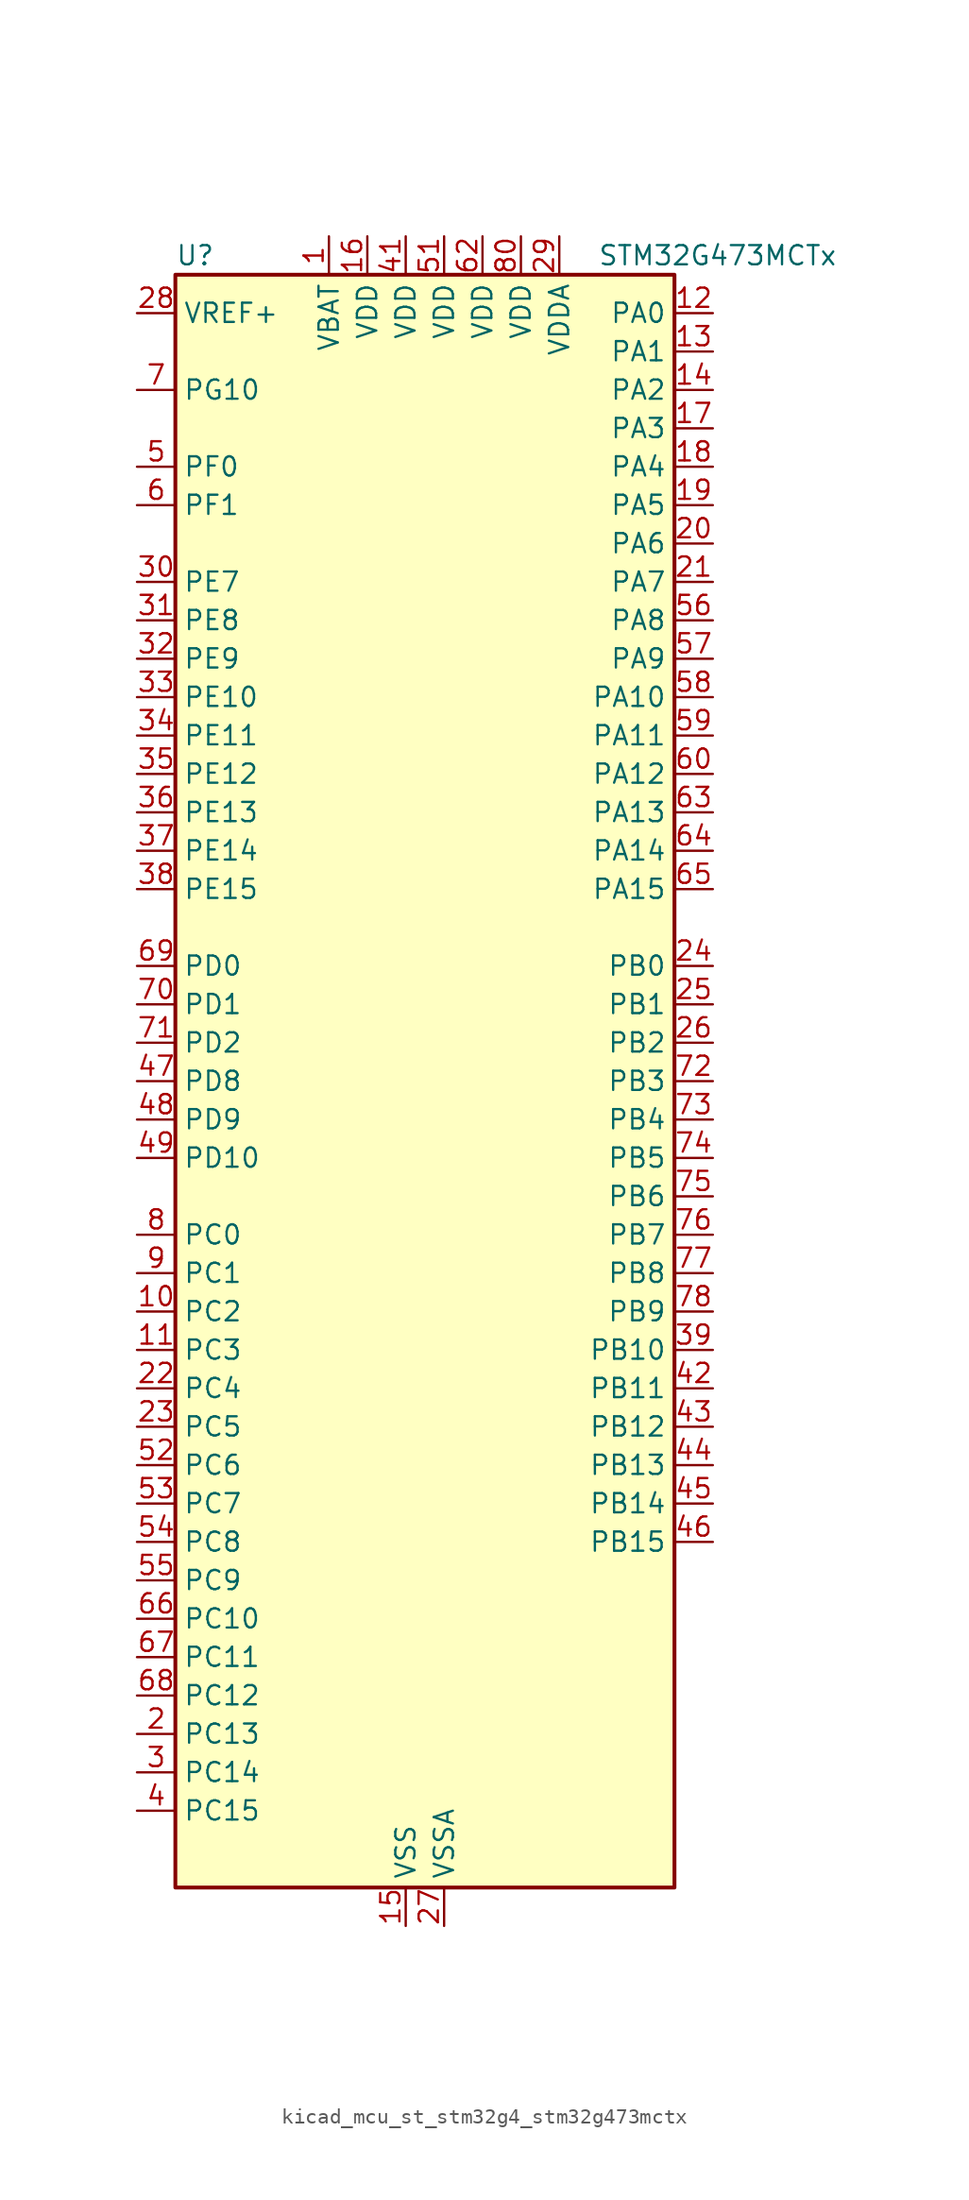
<source format=kicad_sym>
(kicad_symbol_lib
  (version 20220914)
  (generator kicad_symbol_editor)
  (symbol "kicad_mcu_st_stm32g4_stm32g473mctx"
    (property "Reference" "U"
      (at -15.24 54.61 0)
      (effects (font (size 1.27 1.27)) (justify left)))
    (property "Value" "STM32G473MCTx"
      (at 12.7 54.61 0)
      (effects (font (size 1.27 1.27)) (justify left)))
    (property "ki_locked" ""
      (at 0 0 0)
      (effects (font (size 1.27 1.27))))
    (symbol "kicad_mcu_st_stm32g4_stm32g473mctx_0_1"
      (rectangle (start -15.24 -53.34) (end 17.78 53.34) (stroke (width 0.254) (type default)) (fill (type background))))
    (symbol "kicad_mcu_st_stm32g4_stm32g473mctx_1_1"
      (pin power_in line (at -5.08 55.88 270) (length 2.54) (name "VBAT" (effects (font (size 1.27 1.27)))) (number "1" (effects (font (size 1.27 1.27)))))
      (pin bidirectional line (at -17.78 -15.24 0) (length 2.54) (name "PC2" (effects (font (size 1.27 1.27)))) (number "10" (effects (font (size 1.27 1.27)))) (alternate "ADC1_IN8" bidirectional line) (alternate "ADC2_IN8" bidirectional line) (alternate "ADC3_EXTI2" bidirectional line) (alternate "ADC4_EXTI2" bidirectional line) (alternate "ADC5_EXTI2" bidirectional line) (alternate "COMP3_OUT" bidirectional line) (alternate "LPTIM1_IN2" bidirectional line) (alternate "QUADSPI1_BK2_IO1" bidirectional line) (alternate "TIM1_CH3" bidirectional line) (alternate "TIM20_CH2" bidirectional line))
      (pin bidirectional line (at -17.78 -17.78 0) (length 2.54) (name "PC3" (effects (font (size 1.27 1.27)))) (number "11" (effects (font (size 1.27 1.27)))) (alternate "ADC1_IN9" bidirectional line) (alternate "ADC2_IN9" bidirectional line) (alternate "ADC3_EXTI3" bidirectional line) (alternate "ADC4_EXTI3" bidirectional line) (alternate "ADC5_EXTI3" bidirectional line) (alternate "LPTIM1_ETR" bidirectional line) (alternate "OPAMP5_VINP" bidirectional line) (alternate "OPAMP5_VINP_SEC" bidirectional line) (alternate "QUADSPI1_BK2_IO2" bidirectional line) (alternate "SAI1_D1" bidirectional line) (alternate "SAI1_SD_A" bidirectional line) (alternate "TIM1_BKIN2" bidirectional line) (alternate "TIM1_CH4" bidirectional line))
      (pin bidirectional line (at 20.32 50.8 180) (length 2.54) (name "PA0" (effects (font (size 1.27 1.27)))) (number "12" (effects (font (size 1.27 1.27)))) (alternate "ADC1_IN1" bidirectional line) (alternate "ADC2_IN1" bidirectional line) (alternate "COMP1_INM" bidirectional line) (alternate "COMP1_OUT" bidirectional line) (alternate "COMP3_INP" bidirectional line) (alternate "RTC_TAMP2" bidirectional line) (alternate "SYS_WKUP1" bidirectional line) (alternate "TIM2_CH1" bidirectional line) (alternate "TIM2_ETR" bidirectional line) (alternate "TIM5_CH1" bidirectional line) (alternate "TIM8_BKIN" bidirectional line) (alternate "TIM8_ETR" bidirectional line) (alternate "USART2_CTS" bidirectional line) (alternate "USART2_NSS" bidirectional line))
      (pin bidirectional line (at 20.32 48.26 180) (length 2.54) (name "PA1" (effects (font (size 1.27 1.27)))) (number "13" (effects (font (size 1.27 1.27)))) (alternate "ADC1_IN2" bidirectional line) (alternate "ADC2_IN2" bidirectional line) (alternate "COMP1_INP" bidirectional line) (alternate "OPAMP1_VINP" bidirectional line) (alternate "OPAMP1_VINP_SEC" bidirectional line) (alternate "OPAMP3_VINP" bidirectional line) (alternate "OPAMP3_VINP_SEC" bidirectional line) (alternate "OPAMP6_VINM" bidirectional line) (alternate "OPAMP6_VINM0" bidirectional line) (alternate "OPAMP6_VINM_SEC" bidirectional line) (alternate "RTC_REFIN" bidirectional line) (alternate "TIM15_CH1N" bidirectional line) (alternate "TIM2_CH2" bidirectional line) (alternate "TIM5_CH2" bidirectional line) (alternate "USART2_DE" bidirectional line) (alternate "USART2_RTS" bidirectional line))
      (pin bidirectional line (at 20.32 45.72 180) (length 2.54) (name "PA2" (effects (font (size 1.27 1.27)))) (number "14" (effects (font (size 1.27 1.27)))) (alternate "ADC1_IN3" bidirectional line) (alternate "ADC3_EXTI2" bidirectional line) (alternate "ADC4_EXTI2" bidirectional line) (alternate "ADC5_EXTI2" bidirectional line) (alternate "COMP2_INM" bidirectional line) (alternate "COMP2_OUT" bidirectional line) (alternate "LPUART1_TX" bidirectional line) (alternate "OPAMP1_VOUT" bidirectional line) (alternate "QUADSPI1_BK1_NCS" bidirectional line) (alternate "RCC_LSCO" bidirectional line) (alternate "SYS_WKUP4" bidirectional line) (alternate "TIM15_CH1" bidirectional line) (alternate "TIM2_CH3" bidirectional line) (alternate "TIM5_CH3" bidirectional line) (alternate "UCPD1_FRSTX1" bidirectional line) (alternate "UCPD1_FRSTX2" bidirectional line) (alternate "USART2_TX" bidirectional line))
      (pin power_in line (at 0 -55.88 90) (length 2.54) (name "VSS" (effects (font (size 1.27 1.27)))) (number "15" (effects (font (size 1.27 1.27)))))
      (pin power_in line (at -2.54 55.88 270) (length 2.54) (name "VDD" (effects (font (size 1.27 1.27)))) (number "16" (effects (font (size 1.27 1.27)))))
      (pin bidirectional line (at 20.32 43.18 180) (length 2.54) (name "PA3" (effects (font (size 1.27 1.27)))) (number "17" (effects (font (size 1.27 1.27)))) (alternate "ADC1_IN4" bidirectional line) (alternate "ADC3_EXTI3" bidirectional line) (alternate "ADC4_EXTI3" bidirectional line) (alternate "ADC5_EXTI3" bidirectional line) (alternate "COMP2_INP" bidirectional line) (alternate "LPUART1_RX" bidirectional line) (alternate "OPAMP1_VINM" bidirectional line) (alternate "OPAMP1_VINM0" bidirectional line) (alternate "OPAMP1_VINM_SEC" bidirectional line) (alternate "OPAMP1_VINP" bidirectional line) (alternate "OPAMP1_VINP_SEC" bidirectional line) (alternate "OPAMP5_VINM" bidirectional line) (alternate "OPAMP5_VINM1" bidirectional line) (alternate "OPAMP5_VINM_SEC" bidirectional line) (alternate "QUADSPI1_CLK" bidirectional line) (alternate "SAI1_CK1" bidirectional line) (alternate "SAI1_MCLK_A" bidirectional line) (alternate "TIM15_CH2" bidirectional line) (alternate "TIM2_CH4" bidirectional line) (alternate "TIM5_CH4" bidirectional line) (alternate "USART2_RX" bidirectional line))
      (pin bidirectional line (at 20.32 40.64 180) (length 2.54) (name "PA4" (effects (font (size 1.27 1.27)))) (number "18" (effects (font (size 1.27 1.27)))) (alternate "ADC2_IN17" bidirectional line) (alternate "COMP1_INM" bidirectional line) (alternate "DAC1_OUT1" bidirectional line) (alternate "I2S3_WS" bidirectional line) (alternate "SAI1_FS_B" bidirectional line) (alternate "SPI1_NSS" bidirectional line) (alternate "SPI3_NSS" bidirectional line) (alternate "TIM3_CH2" bidirectional line) (alternate "USART2_CK" bidirectional line))
      (pin bidirectional line (at 20.32 38.1 180) (length 2.54) (name "PA5" (effects (font (size 1.27 1.27)))) (number "19" (effects (font (size 1.27 1.27)))) (alternate "ADC2_IN13" bidirectional line) (alternate "COMP2_INM" bidirectional line) (alternate "DAC1_OUT2" bidirectional line) (alternate "OPAMP2_VINM" bidirectional line) (alternate "OPAMP2_VINM0" bidirectional line) (alternate "OPAMP2_VINM_SEC" bidirectional line) (alternate "SPI1_SCK" bidirectional line) (alternate "TIM2_CH1" bidirectional line) (alternate "TIM2_ETR" bidirectional line) (alternate "UCPD1_FRSTX1" bidirectional line) (alternate "UCPD1_FRSTX2" bidirectional line))
      (pin bidirectional line (at -17.78 -43.18 0) (length 2.54) (name "PC13" (effects (font (size 1.27 1.27)))) (number "2" (effects (font (size 1.27 1.27)))) (alternate "RTC_OUT1" bidirectional line) (alternate "RTC_TAMP1" bidirectional line) (alternate "RTC_TS" bidirectional line) (alternate "SYS_WKUP2" bidirectional line) (alternate "TIM1_BKIN" bidirectional line) (alternate "TIM1_CH1N" bidirectional line) (alternate "TIM8_CH4N" bidirectional line))
      (pin bidirectional line (at 20.32 35.56 180) (length 2.54) (name "PA6" (effects (font (size 1.27 1.27)))) (number "20" (effects (font (size 1.27 1.27)))) (alternate "ADC2_IN3" bidirectional line) (alternate "COMP1_OUT" bidirectional line) (alternate "DAC2_OUT1" bidirectional line) (alternate "LPUART1_CTS" bidirectional line) (alternate "OPAMP2_VOUT" bidirectional line) (alternate "QUADSPI1_BK1_IO3" bidirectional line) (alternate "SPI1_MISO" bidirectional line) (alternate "TIM16_CH1" bidirectional line) (alternate "TIM1_BKIN" bidirectional line) (alternate "TIM3_CH1" bidirectional line) (alternate "TIM8_BKIN" bidirectional line))
      (pin bidirectional line (at 20.32 33.02 180) (length 2.54) (name "PA7" (effects (font (size 1.27 1.27)))) (number "21" (effects (font (size 1.27 1.27)))) (alternate "ADC2_IN4" bidirectional line) (alternate "COMP2_INP" bidirectional line) (alternate "COMP2_OUT" bidirectional line) (alternate "OPAMP1_VINP" bidirectional line) (alternate "OPAMP1_VINP_SEC" bidirectional line) (alternate "OPAMP2_VINP" bidirectional line) (alternate "OPAMP2_VINP_SEC" bidirectional line) (alternate "QUADSPI1_BK1_IO2" bidirectional line) (alternate "SPI1_MOSI" bidirectional line) (alternate "TIM17_CH1" bidirectional line) (alternate "TIM1_CH1N" bidirectional line) (alternate "TIM3_CH2" bidirectional line) (alternate "TIM8_CH1N" bidirectional line) (alternate "UCPD1_FRSTX1" bidirectional line) (alternate "UCPD1_FRSTX2" bidirectional line))
      (pin bidirectional line (at -17.78 -20.32 0) (length 2.54) (name "PC4" (effects (font (size 1.27 1.27)))) (number "22" (effects (font (size 1.27 1.27)))) (alternate "ADC2_IN5" bidirectional line) (alternate "I2C2_SCL" bidirectional line) (alternate "QUADSPI1_BK2_IO3" bidirectional line) (alternate "TIM1_ETR" bidirectional line) (alternate "USART1_TX" bidirectional line))
      (pin bidirectional line (at -17.78 -22.86 0) (length 2.54) (name "PC5" (effects (font (size 1.27 1.27)))) (number "23" (effects (font (size 1.27 1.27)))) (alternate "ADC2_IN11" bidirectional line) (alternate "OPAMP1_VINM" bidirectional line) (alternate "OPAMP1_VINM1" bidirectional line) (alternate "OPAMP1_VINM_SEC" bidirectional line) (alternate "OPAMP2_VINM" bidirectional line) (alternate "OPAMP2_VINM1" bidirectional line) (alternate "OPAMP2_VINM_SEC" bidirectional line) (alternate "SAI1_D3" bidirectional line) (alternate "SYS_WKUP5" bidirectional line) (alternate "TIM15_BKIN" bidirectional line) (alternate "TIM1_CH4N" bidirectional line) (alternate "USART1_RX" bidirectional line))
      (pin bidirectional line (at 20.32 7.62 180) (length 2.54) (name "PB0" (effects (font (size 1.27 1.27)))) (number "24" (effects (font (size 1.27 1.27)))) (alternate "ADC1_IN15" bidirectional line) (alternate "ADC3_IN12" bidirectional line) (alternate "COMP4_INP" bidirectional line) (alternate "OPAMP2_VINP" bidirectional line) (alternate "OPAMP2_VINP_SEC" bidirectional line) (alternate "OPAMP3_VINP" bidirectional line) (alternate "OPAMP3_VINP_SEC" bidirectional line) (alternate "QUADSPI1_BK1_IO1" bidirectional line) (alternate "TIM1_CH2N" bidirectional line) (alternate "TIM3_CH3" bidirectional line) (alternate "TIM8_CH2N" bidirectional line) (alternate "UCPD1_FRSTX1" bidirectional line) (alternate "UCPD1_FRSTX2" bidirectional line))
      (pin bidirectional line (at 20.32 5.08 180) (length 2.54) (name "PB1" (effects (font (size 1.27 1.27)))) (number "25" (effects (font (size 1.27 1.27)))) (alternate "ADC1_IN12" bidirectional line) (alternate "ADC3_IN1" bidirectional line) (alternate "COMP1_INP" bidirectional line) (alternate "COMP4_OUT" bidirectional line) (alternate "LPUART1_DE" bidirectional line) (alternate "LPUART1_RTS" bidirectional line) (alternate "OPAMP3_VOUT" bidirectional line) (alternate "OPAMP6_VINM" bidirectional line) (alternate "OPAMP6_VINM1" bidirectional line) (alternate "OPAMP6_VINM_SEC" bidirectional line) (alternate "QUADSPI1_BK1_IO0" bidirectional line) (alternate "TIM1_CH3N" bidirectional line) (alternate "TIM3_CH4" bidirectional line) (alternate "TIM8_CH3N" bidirectional line))
      (pin bidirectional line (at 20.32 2.54 180) (length 2.54) (name "PB2" (effects (font (size 1.27 1.27)))) (number "26" (effects (font (size 1.27 1.27)))) (alternate "ADC2_IN12" bidirectional line) (alternate "ADC3_EXTI2" bidirectional line) (alternate "ADC4_EXTI2" bidirectional line) (alternate "ADC5_EXTI2" bidirectional line) (alternate "COMP4_INM" bidirectional line) (alternate "I2C3_SMBA" bidirectional line) (alternate "LPTIM1_OUT" bidirectional line) (alternate "OPAMP3_VINM" bidirectional line) (alternate "OPAMP3_VINM0" bidirectional line) (alternate "OPAMP3_VINM_SEC" bidirectional line) (alternate "QUADSPI1_BK2_IO1" bidirectional line) (alternate "RTC_OUT2" bidirectional line) (alternate "TIM20_CH1" bidirectional line) (alternate "TIM5_CH1" bidirectional line))
      (pin power_in line (at 2.54 -55.88 90) (length 2.54) (name "VSSA" (effects (font (size 1.27 1.27)))) (number "27" (effects (font (size 1.27 1.27)))))
      (pin input line (at -17.78 50.8 0) (length 2.54) (name "VREF+" (effects (font (size 1.27 1.27)))) (number "28" (effects (font (size 1.27 1.27)))) (alternate "VREFBUF_OUT" bidirectional line))
      (pin power_in line (at 10.16 55.88 270) (length 2.54) (name "VDDA" (effects (font (size 1.27 1.27)))) (number "29" (effects (font (size 1.27 1.27)))))
      (pin bidirectional line (at -17.78 -45.72 0) (length 2.54) (name "PC14" (effects (font (size 1.27 1.27)))) (number "3" (effects (font (size 1.27 1.27)))) (alternate "RCC_OSC32_IN" bidirectional line))
      (pin bidirectional line (at -17.78 33.02 0) (length 2.54) (name "PE7" (effects (font (size 1.27 1.27)))) (number "30" (effects (font (size 1.27 1.27)))) (alternate "ADC3_IN4" bidirectional line) (alternate "COMP4_INP" bidirectional line) (alternate "SAI1_SD_B" bidirectional line) (alternate "TIM1_ETR" bidirectional line))
      (pin bidirectional line (at -17.78 30.48 0) (length 2.54) (name "PE8" (effects (font (size 1.27 1.27)))) (number "31" (effects (font (size 1.27 1.27)))) (alternate "ADC3_IN6" bidirectional line) (alternate "ADC4_IN6" bidirectional line) (alternate "ADC5_IN6" bidirectional line) (alternate "COMP4_INM" bidirectional line) (alternate "SAI1_SCK_B" bidirectional line) (alternate "TIM1_CH1N" bidirectional line) (alternate "TIM5_CH3" bidirectional line))
      (pin bidirectional line (at -17.78 27.94 0) (length 2.54) (name "PE9" (effects (font (size 1.27 1.27)))) (number "32" (effects (font (size 1.27 1.27)))) (alternate "ADC3_IN2" bidirectional line) (alternate "DAC1_EXTI9" bidirectional line) (alternate "DAC2_EXTI9" bidirectional line) (alternate "DAC3_EXTI9" bidirectional line) (alternate "DAC4_EXTI9" bidirectional line) (alternate "SAI1_FS_B" bidirectional line) (alternate "TIM1_CH1" bidirectional line) (alternate "TIM5_CH4" bidirectional line))
      (pin bidirectional line (at -17.78 25.4 0) (length 2.54) (name "PE10" (effects (font (size 1.27 1.27)))) (number "33" (effects (font (size 1.27 1.27)))) (alternate "ADC3_IN14" bidirectional line) (alternate "ADC4_IN14" bidirectional line) (alternate "ADC5_IN14" bidirectional line) (alternate "DAC1_EXTI10" bidirectional line) (alternate "DAC2_EXTI10" bidirectional line) (alternate "DAC3_EXTI10" bidirectional line) (alternate "DAC4_EXTI10" bidirectional line) (alternate "QUADSPI1_CLK" bidirectional line) (alternate "SAI1_MCLK_B" bidirectional line) (alternate "TIM1_CH2N" bidirectional line))
      (pin bidirectional line (at -17.78 22.86 0) (length 2.54) (name "PE11" (effects (font (size 1.27 1.27)))) (number "34" (effects (font (size 1.27 1.27)))) (alternate "ADC1_EXTI11" bidirectional line) (alternate "ADC2_EXTI11" bidirectional line) (alternate "ADC3_IN15" bidirectional line) (alternate "ADC4_IN15" bidirectional line) (alternate "ADC5_IN15" bidirectional line) (alternate "QUADSPI1_BK1_NCS" bidirectional line) (alternate "SPI4_NSS" bidirectional line) (alternate "TIM1_CH2" bidirectional line))
      (pin bidirectional line (at -17.78 20.32 0) (length 2.54) (name "PE12" (effects (font (size 1.27 1.27)))) (number "35" (effects (font (size 1.27 1.27)))) (alternate "ADC3_IN16" bidirectional line) (alternate "ADC4_IN16" bidirectional line) (alternate "ADC5_IN16" bidirectional line) (alternate "QUADSPI1_BK1_IO0" bidirectional line) (alternate "SPI4_SCK" bidirectional line) (alternate "TIM1_CH3N" bidirectional line))
      (pin bidirectional line (at -17.78 17.78 0) (length 2.54) (name "PE13" (effects (font (size 1.27 1.27)))) (number "36" (effects (font (size 1.27 1.27)))) (alternate "ADC3_IN3" bidirectional line) (alternate "QUADSPI1_BK1_IO1" bidirectional line) (alternate "SPI4_MISO" bidirectional line) (alternate "TIM1_CH3" bidirectional line))
      (pin bidirectional line (at -17.78 15.24 0) (length 2.54) (name "PE14" (effects (font (size 1.27 1.27)))) (number "37" (effects (font (size 1.27 1.27)))) (alternate "ADC4_IN1" bidirectional line) (alternate "QUADSPI1_BK1_IO2" bidirectional line) (alternate "SPI4_MOSI" bidirectional line) (alternate "TIM1_BKIN2" bidirectional line) (alternate "TIM1_CH4" bidirectional line))
      (pin bidirectional line (at -17.78 12.7 0) (length 2.54) (name "PE15" (effects (font (size 1.27 1.27)))) (number "38" (effects (font (size 1.27 1.27)))) (alternate "ADC1_EXTI15" bidirectional line) (alternate "ADC2_EXTI15" bidirectional line) (alternate "ADC4_IN2" bidirectional line) (alternate "QUADSPI1_BK1_IO3" bidirectional line) (alternate "TIM1_BKIN" bidirectional line) (alternate "TIM1_CH4N" bidirectional line) (alternate "USART3_RX" bidirectional line))
      (pin bidirectional line (at 20.32 -17.78 180) (length 2.54) (name "PB10" (effects (font (size 1.27 1.27)))) (number "39" (effects (font (size 1.27 1.27)))) (alternate "COMP5_INM" bidirectional line) (alternate "DAC1_EXTI10" bidirectional line) (alternate "DAC2_EXTI10" bidirectional line) (alternate "DAC3_EXTI10" bidirectional line) (alternate "DAC4_EXTI10" bidirectional line) (alternate "LPUART1_RX" bidirectional line) (alternate "OPAMP3_VINM" bidirectional line) (alternate "OPAMP3_VINM1" bidirectional line) (alternate "OPAMP3_VINM_SEC" bidirectional line) (alternate "OPAMP4_VINM" bidirectional line) (alternate "OPAMP4_VINM0" bidirectional line) (alternate "OPAMP4_VINM_SEC" bidirectional line) (alternate "QUADSPI1_CLK" bidirectional line) (alternate "SAI1_SCK_A" bidirectional line) (alternate "TIM1_BKIN" bidirectional line) (alternate "TIM2_CH3" bidirectional line) (alternate "USART3_TX" bidirectional line))
      (pin bidirectional line (at -17.78 -48.26 0) (length 2.54) (name "PC15" (effects (font (size 1.27 1.27)))) (number "4" (effects (font (size 1.27 1.27)))) (alternate "ADC1_EXTI15" bidirectional line) (alternate "ADC2_EXTI15" bidirectional line) (alternate "RCC_OSC32_OUT" bidirectional line))
      (pin passive line (at 0 -55.88 90) (length 2.54) hide (name "VSS" (effects (font (size 1.27 1.27)))) (number "40" (effects (font (size 1.27 1.27)))))
      (pin power_in line (at 0 55.88 270) (length 2.54) (name "VDD" (effects (font (size 1.27 1.27)))) (number "41" (effects (font (size 1.27 1.27)))))
      (pin bidirectional line (at 20.32 -20.32 180) (length 2.54) (name "PB11" (effects (font (size 1.27 1.27)))) (number "42" (effects (font (size 1.27 1.27)))) (alternate "ADC1_EXTI11" bidirectional line) (alternate "ADC1_IN14" bidirectional line) (alternate "ADC2_EXTI11" bidirectional line) (alternate "ADC2_IN14" bidirectional line) (alternate "COMP6_INP" bidirectional line) (alternate "LPUART1_TX" bidirectional line) (alternate "OPAMP4_VINP" bidirectional line) (alternate "OPAMP4_VINP_SEC" bidirectional line) (alternate "OPAMP6_VOUT" bidirectional line) (alternate "QUADSPI1_BK1_NCS" bidirectional line) (alternate "TIM2_CH4" bidirectional line) (alternate "USART3_RX" bidirectional line))
      (pin bidirectional line (at 20.32 -22.86 180) (length 2.54) (name "PB12" (effects (font (size 1.27 1.27)))) (number "43" (effects (font (size 1.27 1.27)))) (alternate "ADC1_IN11" bidirectional line) (alternate "ADC4_IN3" bidirectional line) (alternate "COMP7_INM" bidirectional line) (alternate "FDCAN2_RX" bidirectional line) (alternate "I2C2_SMBA" bidirectional line) (alternate "I2S2_WS" bidirectional line) (alternate "LPUART1_DE" bidirectional line) (alternate "LPUART1_RTS" bidirectional line) (alternate "OPAMP4_VOUT" bidirectional line) (alternate "OPAMP6_VINP" bidirectional line) (alternate "OPAMP6_VINP_SEC" bidirectional line) (alternate "SPI2_NSS" bidirectional line) (alternate "TIM1_BKIN" bidirectional line) (alternate "TIM5_ETR" bidirectional line) (alternate "USART3_CK" bidirectional line))
      (pin bidirectional line (at 20.32 -25.4 180) (length 2.54) (name "PB13" (effects (font (size 1.27 1.27)))) (number "44" (effects (font (size 1.27 1.27)))) (alternate "ADC3_IN5" bidirectional line) (alternate "COMP5_INP" bidirectional line) (alternate "FDCAN2_TX" bidirectional line) (alternate "I2S2_CK" bidirectional line) (alternate "LPUART1_CTS" bidirectional line) (alternate "OPAMP3_VINP" bidirectional line) (alternate "OPAMP3_VINP_SEC" bidirectional line) (alternate "OPAMP4_VINP" bidirectional line) (alternate "OPAMP4_VINP_SEC" bidirectional line) (alternate "OPAMP6_VINP" bidirectional line) (alternate "OPAMP6_VINP_SEC" bidirectional line) (alternate "SPI2_SCK" bidirectional line) (alternate "TIM1_CH1N" bidirectional line) (alternate "USART3_CTS" bidirectional line) (alternate "USART3_NSS" bidirectional line))
      (pin bidirectional line (at 20.32 -27.94 180) (length 2.54) (name "PB14" (effects (font (size 1.27 1.27)))) (number "45" (effects (font (size 1.27 1.27)))) (alternate "ADC1_IN5" bidirectional line) (alternate "ADC4_IN4" bidirectional line) (alternate "COMP4_OUT" bidirectional line) (alternate "COMP7_INP" bidirectional line) (alternate "OPAMP2_VINP" bidirectional line) (alternate "OPAMP2_VINP_SEC" bidirectional line) (alternate "OPAMP5_VINP" bidirectional line) (alternate "OPAMP5_VINP_SEC" bidirectional line) (alternate "SPI2_MISO" bidirectional line) (alternate "TIM15_CH1" bidirectional line) (alternate "TIM1_CH2N" bidirectional line) (alternate "USART3_DE" bidirectional line) (alternate "USART3_RTS" bidirectional line))
      (pin bidirectional line (at 20.32 -30.48 180) (length 2.54) (name "PB15" (effects (font (size 1.27 1.27)))) (number "46" (effects (font (size 1.27 1.27)))) (alternate "ADC1_EXTI15" bidirectional line) (alternate "ADC2_EXTI15" bidirectional line) (alternate "ADC2_IN15" bidirectional line) (alternate "ADC4_IN5" bidirectional line) (alternate "COMP3_OUT" bidirectional line) (alternate "COMP6_INM" bidirectional line) (alternate "I2S2_SD" bidirectional line) (alternate "OPAMP5_VINM" bidirectional line) (alternate "OPAMP5_VINM0" bidirectional line) (alternate "OPAMP5_VINM_SEC" bidirectional line) (alternate "RTC_REFIN" bidirectional line) (alternate "SPI2_MOSI" bidirectional line) (alternate "TIM15_CH1N" bidirectional line) (alternate "TIM15_CH2" bidirectional line) (alternate "TIM1_CH3N" bidirectional line))
      (pin bidirectional line (at -17.78 0 0) (length 2.54) (name "PD8" (effects (font (size 1.27 1.27)))) (number "47" (effects (font (size 1.27 1.27)))) (alternate "ADC4_IN12" bidirectional line) (alternate "ADC5_IN12" bidirectional line) (alternate "OPAMP4_VINM" bidirectional line) (alternate "OPAMP4_VINM1" bidirectional line) (alternate "OPAMP4_VINM_SEC" bidirectional line) (alternate "USART3_TX" bidirectional line))
      (pin bidirectional line (at -17.78 -2.54 0) (length 2.54) (name "PD9" (effects (font (size 1.27 1.27)))) (number "48" (effects (font (size 1.27 1.27)))) (alternate "ADC4_IN13" bidirectional line) (alternate "ADC5_IN13" bidirectional line) (alternate "DAC1_EXTI9" bidirectional line) (alternate "DAC2_EXTI9" bidirectional line) (alternate "DAC3_EXTI9" bidirectional line) (alternate "DAC4_EXTI9" bidirectional line) (alternate "OPAMP6_VINP" bidirectional line) (alternate "OPAMP6_VINP_SEC" bidirectional line) (alternate "USART3_RX" bidirectional line))
      (pin bidirectional line (at -17.78 -5.08 0) (length 2.54) (name "PD10" (effects (font (size 1.27 1.27)))) (number "49" (effects (font (size 1.27 1.27)))) (alternate "ADC3_IN7" bidirectional line) (alternate "ADC4_IN7" bidirectional line) (alternate "ADC5_IN7" bidirectional line) (alternate "COMP6_INM" bidirectional line) (alternate "DAC1_EXTI10" bidirectional line) (alternate "DAC2_EXTI10" bidirectional line) (alternate "DAC3_EXTI10" bidirectional line) (alternate "DAC4_EXTI10" bidirectional line) (alternate "USART3_CK" bidirectional line))
      (pin bidirectional line (at -17.78 40.64 0) (length 2.54) (name "PF0" (effects (font (size 1.27 1.27)))) (number "5" (effects (font (size 1.27 1.27)))) (alternate "ADC1_IN10" bidirectional line) (alternate "I2C2_SDA" bidirectional line) (alternate "I2S2_WS" bidirectional line) (alternate "RCC_OSC_IN" bidirectional line) (alternate "SPI2_NSS" bidirectional line) (alternate "TIM1_CH3N" bidirectional line))
      (pin passive line (at 0 -55.88 90) (length 2.54) hide (name "VSS" (effects (font (size 1.27 1.27)))) (number "50" (effects (font (size 1.27 1.27)))))
      (pin power_in line (at 2.54 55.88 270) (length 2.54) (name "VDD" (effects (font (size 1.27 1.27)))) (number "51" (effects (font (size 1.27 1.27)))))
      (pin bidirectional line (at -17.78 -25.4 0) (length 2.54) (name "PC6" (effects (font (size 1.27 1.27)))) (number "52" (effects (font (size 1.27 1.27)))) (alternate "COMP6_OUT" bidirectional line) (alternate "I2C4_SCL" bidirectional line) (alternate "I2S2_MCK" bidirectional line) (alternate "TIM3_CH1" bidirectional line) (alternate "TIM8_CH1" bidirectional line))
      (pin bidirectional line (at -17.78 -27.94 0) (length 2.54) (name "PC7" (effects (font (size 1.27 1.27)))) (number "53" (effects (font (size 1.27 1.27)))) (alternate "COMP5_OUT" bidirectional line) (alternate "I2C4_SDA" bidirectional line) (alternate "I2S3_MCK" bidirectional line) (alternate "TIM3_CH2" bidirectional line) (alternate "TIM8_CH2" bidirectional line))
      (pin bidirectional line (at -17.78 -30.48 0) (length 2.54) (name "PC8" (effects (font (size 1.27 1.27)))) (number "54" (effects (font (size 1.27 1.27)))) (alternate "COMP7_OUT" bidirectional line) (alternate "I2C3_SCL" bidirectional line) (alternate "TIM20_CH3" bidirectional line) (alternate "TIM3_CH3" bidirectional line) (alternate "TIM8_CH3" bidirectional line))
      (pin bidirectional line (at -17.78 -33.02 0) (length 2.54) (name "PC9" (effects (font (size 1.27 1.27)))) (number "55" (effects (font (size 1.27 1.27)))) (alternate "DAC1_EXTI9" bidirectional line) (alternate "DAC2_EXTI9" bidirectional line) (alternate "DAC3_EXTI9" bidirectional line) (alternate "DAC4_EXTI9" bidirectional line) (alternate "I2C3_SDA" bidirectional line) (alternate "I2S_CKIN" bidirectional line) (alternate "TIM3_CH4" bidirectional line) (alternate "TIM8_BKIN2" bidirectional line) (alternate "TIM8_CH4" bidirectional line))
      (pin bidirectional line (at 20.32 30.48 180) (length 2.54) (name "PA8" (effects (font (size 1.27 1.27)))) (number "56" (effects (font (size 1.27 1.27)))) (alternate "ADC5_IN1" bidirectional line) (alternate "COMP7_OUT" bidirectional line) (alternate "FDCAN3_RX" bidirectional line) (alternate "I2C2_SDA" bidirectional line) (alternate "I2C3_SCL" bidirectional line) (alternate "I2S2_MCK" bidirectional line) (alternate "OPAMP5_VOUT" bidirectional line) (alternate "RCC_MCO" bidirectional line) (alternate "SAI1_CK2" bidirectional line) (alternate "SAI1_SCK_A" bidirectional line) (alternate "TIM1_CH1" bidirectional line) (alternate "TIM4_ETR" bidirectional line) (alternate "USART1_CK" bidirectional line))
      (pin bidirectional line (at 20.32 27.94 180) (length 2.54) (name "PA9" (effects (font (size 1.27 1.27)))) (number "57" (effects (font (size 1.27 1.27)))) (alternate "ADC5_IN2" bidirectional line) (alternate "COMP5_OUT" bidirectional line) (alternate "DAC1_EXTI9" bidirectional line) (alternate "DAC2_EXTI9" bidirectional line) (alternate "DAC3_EXTI9" bidirectional line) (alternate "DAC4_EXTI9" bidirectional line) (alternate "I2C2_SCL" bidirectional line) (alternate "I2C3_SMBA" bidirectional line) (alternate "I2S3_MCK" bidirectional line) (alternate "SAI1_FS_A" bidirectional line) (alternate "TIM15_BKIN" bidirectional line) (alternate "TIM1_CH2" bidirectional line) (alternate "TIM2_CH3" bidirectional line) (alternate "UCPD1_DBCC1" bidirectional line) (alternate "USART1_TX" bidirectional line))
      (pin bidirectional line (at 20.32 25.4 180) (length 2.54) (name "PA10" (effects (font (size 1.27 1.27)))) (number "58" (effects (font (size 1.27 1.27)))) (alternate "COMP6_OUT" bidirectional line) (alternate "CRS_SYNC" bidirectional line) (alternate "DAC1_EXTI10" bidirectional line) (alternate "DAC2_EXTI10" bidirectional line) (alternate "DAC3_EXTI10" bidirectional line) (alternate "DAC4_EXTI10" bidirectional line) (alternate "I2C2_SMBA" bidirectional line) (alternate "SAI1_D1" bidirectional line) (alternate "SAI1_SD_A" bidirectional line) (alternate "SPI2_MISO" bidirectional line) (alternate "TIM17_BKIN" bidirectional line) (alternate "TIM1_CH3" bidirectional line) (alternate "TIM2_CH4" bidirectional line) (alternate "TIM8_BKIN" bidirectional line) (alternate "UCPD1_DBCC2" bidirectional line) (alternate "USART1_RX" bidirectional line))
      (pin bidirectional line (at 20.32 22.86 180) (length 2.54) (name "PA11" (effects (font (size 1.27 1.27)))) (number "59" (effects (font (size 1.27 1.27)))) (alternate "ADC1_EXTI11" bidirectional line) (alternate "ADC2_EXTI11" bidirectional line) (alternate "COMP1_OUT" bidirectional line) (alternate "FDCAN1_RX" bidirectional line) (alternate "I2S2_SD" bidirectional line) (alternate "SPI2_MOSI" bidirectional line) (alternate "TIM1_BKIN2" bidirectional line) (alternate "TIM1_CH1N" bidirectional line) (alternate "TIM1_CH4" bidirectional line) (alternate "TIM4_CH1" bidirectional line) (alternate "USART1_CTS" bidirectional line) (alternate "USART1_NSS" bidirectional line) (alternate "USB_DM" bidirectional line))
      (pin bidirectional line (at -17.78 38.1 0) (length 2.54) (name "PF1" (effects (font (size 1.27 1.27)))) (number "6" (effects (font (size 1.27 1.27)))) (alternate "ADC2_IN10" bidirectional line) (alternate "COMP3_INM" bidirectional line) (alternate "I2S2_CK" bidirectional line) (alternate "RCC_OSC_OUT" bidirectional line) (alternate "SPI2_SCK" bidirectional line))
      (pin bidirectional line (at 20.32 20.32 180) (length 2.54) (name "PA12" (effects (font (size 1.27 1.27)))) (number "60" (effects (font (size 1.27 1.27)))) (alternate "COMP2_OUT" bidirectional line) (alternate "FDCAN1_TX" bidirectional line) (alternate "I2S_CKIN" bidirectional line) (alternate "TIM16_CH1" bidirectional line) (alternate "TIM1_CH2N" bidirectional line) (alternate "TIM1_ETR" bidirectional line) (alternate "TIM4_CH2" bidirectional line) (alternate "USART1_DE" bidirectional line) (alternate "USART1_RTS" bidirectional line) (alternate "USB_DP" bidirectional line))
      (pin passive line (at 0 -55.88 90) (length 2.54) hide (name "VSS" (effects (font (size 1.27 1.27)))) (number "61" (effects (font (size 1.27 1.27)))))
      (pin power_in line (at 5.08 55.88 270) (length 2.54) (name "VDD" (effects (font (size 1.27 1.27)))) (number "62" (effects (font (size 1.27 1.27)))))
      (pin bidirectional line (at 20.32 17.78 180) (length 2.54) (name "PA13" (effects (font (size 1.27 1.27)))) (number "63" (effects (font (size 1.27 1.27)))) (alternate "I2C1_SCL" bidirectional line) (alternate "I2C4_SCL" bidirectional line) (alternate "IR_OUT" bidirectional line) (alternate "SAI1_SD_B" bidirectional line) (alternate "SYS_JTMS-SWDIO" bidirectional line) (alternate "TIM16_CH1N" bidirectional line) (alternate "TIM4_CH3" bidirectional line) (alternate "USART3_CTS" bidirectional line) (alternate "USART3_NSS" bidirectional line))
      (pin bidirectional line (at 20.32 15.24 180) (length 2.54) (name "PA14" (effects (font (size 1.27 1.27)))) (number "64" (effects (font (size 1.27 1.27)))) (alternate "I2C1_SDA" bidirectional line) (alternate "I2C4_SMBA" bidirectional line) (alternate "LPTIM1_OUT" bidirectional line) (alternate "SAI1_FS_B" bidirectional line) (alternate "SYS_JTCK-SWCLK" bidirectional line) (alternate "TIM1_BKIN" bidirectional line) (alternate "TIM8_CH2" bidirectional line) (alternate "USART2_TX" bidirectional line))
      (pin bidirectional line (at 20.32 12.7 180) (length 2.54) (name "PA15" (effects (font (size 1.27 1.27)))) (number "65" (effects (font (size 1.27 1.27)))) (alternate "ADC1_EXTI15" bidirectional line) (alternate "ADC2_EXTI15" bidirectional line) (alternate "FDCAN3_TX" bidirectional line) (alternate "I2C1_SCL" bidirectional line) (alternate "I2S3_WS" bidirectional line) (alternate "SPI1_NSS" bidirectional line) (alternate "SPI3_NSS" bidirectional line) (alternate "SYS_JTDI" bidirectional line) (alternate "TIM1_BKIN" bidirectional line) (alternate "TIM2_CH1" bidirectional line) (alternate "TIM2_ETR" bidirectional line) (alternate "TIM8_CH1" bidirectional line) (alternate "UART4_DE" bidirectional line) (alternate "UART4_RTS" bidirectional line) (alternate "USART2_RX" bidirectional line))
      (pin bidirectional line (at -17.78 -35.56 0) (length 2.54) (name "PC10" (effects (font (size 1.27 1.27)))) (number "66" (effects (font (size 1.27 1.27)))) (alternate "DAC1_EXTI10" bidirectional line) (alternate "DAC2_EXTI10" bidirectional line) (alternate "DAC3_EXTI10" bidirectional line) (alternate "DAC4_EXTI10" bidirectional line) (alternate "I2S3_CK" bidirectional line) (alternate "SPI3_SCK" bidirectional line) (alternate "TIM8_CH1N" bidirectional line) (alternate "UART4_TX" bidirectional line) (alternate "USART3_TX" bidirectional line))
      (pin bidirectional line (at -17.78 -38.1 0) (length 2.54) (name "PC11" (effects (font (size 1.27 1.27)))) (number "67" (effects (font (size 1.27 1.27)))) (alternate "ADC1_EXTI11" bidirectional line) (alternate "ADC2_EXTI11" bidirectional line) (alternate "I2C3_SDA" bidirectional line) (alternate "SPI3_MISO" bidirectional line) (alternate "TIM8_CH2N" bidirectional line) (alternate "UART4_RX" bidirectional line) (alternate "USART3_RX" bidirectional line))
      (pin bidirectional line (at -17.78 -40.64 0) (length 2.54) (name "PC12" (effects (font (size 1.27 1.27)))) (number "68" (effects (font (size 1.27 1.27)))) (alternate "I2S3_SD" bidirectional line) (alternate "SPI3_MOSI" bidirectional line) (alternate "TIM5_CH2" bidirectional line) (alternate "TIM8_CH3N" bidirectional line) (alternate "UART5_TX" bidirectional line) (alternate "UCPD1_FRSTX1" bidirectional line) (alternate "UCPD1_FRSTX2" bidirectional line) (alternate "USART3_CK" bidirectional line))
      (pin bidirectional line (at -17.78 7.62 0) (length 2.54) (name "PD0" (effects (font (size 1.27 1.27)))) (number "69" (effects (font (size 1.27 1.27)))) (alternate "FDCAN1_RX" bidirectional line) (alternate "TIM8_CH4N" bidirectional line))
      (pin bidirectional line (at -17.78 45.72 0) (length 2.54) (name "PG10" (effects (font (size 1.27 1.27)))) (number "7" (effects (font (size 1.27 1.27)))) (alternate "DAC1_EXTI10" bidirectional line) (alternate "DAC2_EXTI10" bidirectional line) (alternate "DAC3_EXTI10" bidirectional line) (alternate "DAC4_EXTI10" bidirectional line) (alternate "RCC_MCO" bidirectional line))
      (pin bidirectional line (at -17.78 5.08 0) (length 2.54) (name "PD1" (effects (font (size 1.27 1.27)))) (number "70" (effects (font (size 1.27 1.27)))) (alternate "FDCAN1_TX" bidirectional line) (alternate "TIM8_BKIN2" bidirectional line) (alternate "TIM8_CH4" bidirectional line))
      (pin bidirectional line (at -17.78 2.54 0) (length 2.54) (name "PD2" (effects (font (size 1.27 1.27)))) (number "71" (effects (font (size 1.27 1.27)))) (alternate "ADC3_EXTI2" bidirectional line) (alternate "ADC4_EXTI2" bidirectional line) (alternate "ADC5_EXTI2" bidirectional line) (alternate "TIM3_ETR" bidirectional line) (alternate "TIM8_BKIN" bidirectional line) (alternate "UART5_RX" bidirectional line))
      (pin bidirectional line (at 20.32 0 180) (length 2.54) (name "PB3" (effects (font (size 1.27 1.27)))) (number "72" (effects (font (size 1.27 1.27)))) (alternate "ADC3_EXTI3" bidirectional line) (alternate "ADC4_EXTI3" bidirectional line) (alternate "ADC5_EXTI3" bidirectional line) (alternate "CRS_SYNC" bidirectional line) (alternate "FDCAN3_RX" bidirectional line) (alternate "I2S3_CK" bidirectional line) (alternate "SAI1_SCK_B" bidirectional line) (alternate "SPI1_SCK" bidirectional line) (alternate "SPI3_SCK" bidirectional line) (alternate "SYS_JTDO-SWO" bidirectional line) (alternate "TIM2_CH2" bidirectional line) (alternate "TIM3_ETR" bidirectional line) (alternate "TIM4_ETR" bidirectional line) (alternate "TIM8_CH1N" bidirectional line) (alternate "USART2_TX" bidirectional line))
      (pin bidirectional line (at 20.32 -2.54 180) (length 2.54) (name "PB4" (effects (font (size 1.27 1.27)))) (number "73" (effects (font (size 1.27 1.27)))) (alternate "FDCAN3_TX" bidirectional line) (alternate "SAI1_MCLK_B" bidirectional line) (alternate "SPI1_MISO" bidirectional line) (alternate "SPI3_MISO" bidirectional line) (alternate "SYS_JTRST" bidirectional line) (alternate "TIM16_CH1" bidirectional line) (alternate "TIM17_BKIN" bidirectional line) (alternate "TIM3_CH1" bidirectional line) (alternate "TIM8_CH2N" bidirectional line) (alternate "UART5_DE" bidirectional line) (alternate "UART5_RTS" bidirectional line) (alternate "UCPD1_CC2" bidirectional line) (alternate "USART2_RX" bidirectional line))
      (pin bidirectional line (at 20.32 -5.08 180) (length 2.54) (name "PB5" (effects (font (size 1.27 1.27)))) (number "74" (effects (font (size 1.27 1.27)))) (alternate "FDCAN2_RX" bidirectional line) (alternate "I2C1_SMBA" bidirectional line) (alternate "I2C3_SDA" bidirectional line) (alternate "I2S3_SD" bidirectional line) (alternate "LPTIM1_IN1" bidirectional line) (alternate "SAI1_SD_B" bidirectional line) (alternate "SPI1_MOSI" bidirectional line) (alternate "SPI3_MOSI" bidirectional line) (alternate "TIM16_BKIN" bidirectional line) (alternate "TIM17_CH1" bidirectional line) (alternate "TIM3_CH2" bidirectional line) (alternate "TIM8_CH3N" bidirectional line) (alternate "UART5_CTS" bidirectional line) (alternate "USART2_CK" bidirectional line))
      (pin bidirectional line (at 20.32 -7.62 180) (length 2.54) (name "PB6" (effects (font (size 1.27 1.27)))) (number "75" (effects (font (size 1.27 1.27)))) (alternate "COMP4_OUT" bidirectional line) (alternate "FDCAN2_TX" bidirectional line) (alternate "LPTIM1_ETR" bidirectional line) (alternate "SAI1_FS_B" bidirectional line) (alternate "TIM16_CH1N" bidirectional line) (alternate "TIM4_CH1" bidirectional line) (alternate "TIM8_BKIN2" bidirectional line) (alternate "TIM8_CH1" bidirectional line) (alternate "TIM8_ETR" bidirectional line) (alternate "UCPD1_CC1" bidirectional line) (alternate "USART1_TX" bidirectional line))
      (pin bidirectional line (at 20.32 -10.16 180) (length 2.54) (name "PB7" (effects (font (size 1.27 1.27)))) (number "76" (effects (font (size 1.27 1.27)))) (alternate "COMP3_OUT" bidirectional line) (alternate "I2C1_SDA" bidirectional line) (alternate "I2C4_SDA" bidirectional line) (alternate "LPTIM1_IN2" bidirectional line) (alternate "SYS_PVD_IN" bidirectional line) (alternate "TIM17_CH1N" bidirectional line) (alternate "TIM3_CH4" bidirectional line) (alternate "TIM4_CH2" bidirectional line) (alternate "TIM8_BKIN" bidirectional line) (alternate "UART4_CTS" bidirectional line) (alternate "USART1_RX" bidirectional line))
      (pin bidirectional line (at 20.32 -12.7 180) (length 2.54) (name "PB8" (effects (font (size 1.27 1.27)))) (number "77" (effects (font (size 1.27 1.27)))) (alternate "COMP1_OUT" bidirectional line) (alternate "FDCAN1_RX" bidirectional line) (alternate "I2C1_SCL" bidirectional line) (alternate "SAI1_CK1" bidirectional line) (alternate "SAI1_MCLK_A" bidirectional line) (alternate "TIM16_CH1" bidirectional line) (alternate "TIM1_BKIN" bidirectional line) (alternate "TIM4_CH3" bidirectional line) (alternate "TIM8_CH2" bidirectional line) (alternate "USART3_RX" bidirectional line))
      (pin bidirectional line (at 20.32 -15.24 180) (length 2.54) (name "PB9" (effects (font (size 1.27 1.27)))) (number "78" (effects (font (size 1.27 1.27)))) (alternate "COMP2_OUT" bidirectional line) (alternate "DAC1_EXTI9" bidirectional line) (alternate "DAC2_EXTI9" bidirectional line) (alternate "DAC3_EXTI9" bidirectional line) (alternate "DAC4_EXTI9" bidirectional line) (alternate "FDCAN1_TX" bidirectional line) (alternate "I2C1_SDA" bidirectional line) (alternate "IR_OUT" bidirectional line) (alternate "SAI1_D2" bidirectional line) (alternate "SAI1_FS_A" bidirectional line) (alternate "TIM17_CH1" bidirectional line) (alternate "TIM1_CH3N" bidirectional line) (alternate "TIM4_CH4" bidirectional line) (alternate "TIM8_CH3" bidirectional line) (alternate "USART3_TX" bidirectional line))
      (pin passive line (at 0 -55.88 90) (length 2.54) hide (name "VSS" (effects (font (size 1.27 1.27)))) (number "79" (effects (font (size 1.27 1.27)))))
      (pin bidirectional line (at -17.78 -10.16 0) (length 2.54) (name "PC0" (effects (font (size 1.27 1.27)))) (number "8" (effects (font (size 1.27 1.27)))) (alternate "ADC1_IN6" bidirectional line) (alternate "ADC2_IN6" bidirectional line) (alternate "COMP3_INM" bidirectional line) (alternate "LPTIM1_IN1" bidirectional line) (alternate "LPUART1_RX" bidirectional line) (alternate "TIM1_CH1" bidirectional line))
      (pin power_in line (at 7.62 55.88 270) (length 2.54) (name "VDD" (effects (font (size 1.27 1.27)))) (number "80" (effects (font (size 1.27 1.27)))))
      (pin bidirectional line (at -17.78 -12.7 0) (length 2.54) (name "PC1" (effects (font (size 1.27 1.27)))) (number "9" (effects (font (size 1.27 1.27)))) (alternate "ADC1_IN7" bidirectional line) (alternate "ADC2_IN7" bidirectional line) (alternate "COMP3_INP" bidirectional line) (alternate "LPTIM1_OUT" bidirectional line) (alternate "LPUART1_TX" bidirectional line) (alternate "QUADSPI1_BK2_IO0" bidirectional line) (alternate "SAI1_SD_A" bidirectional line) (alternate "TIM1_CH2" bidirectional line)))))
</source>
